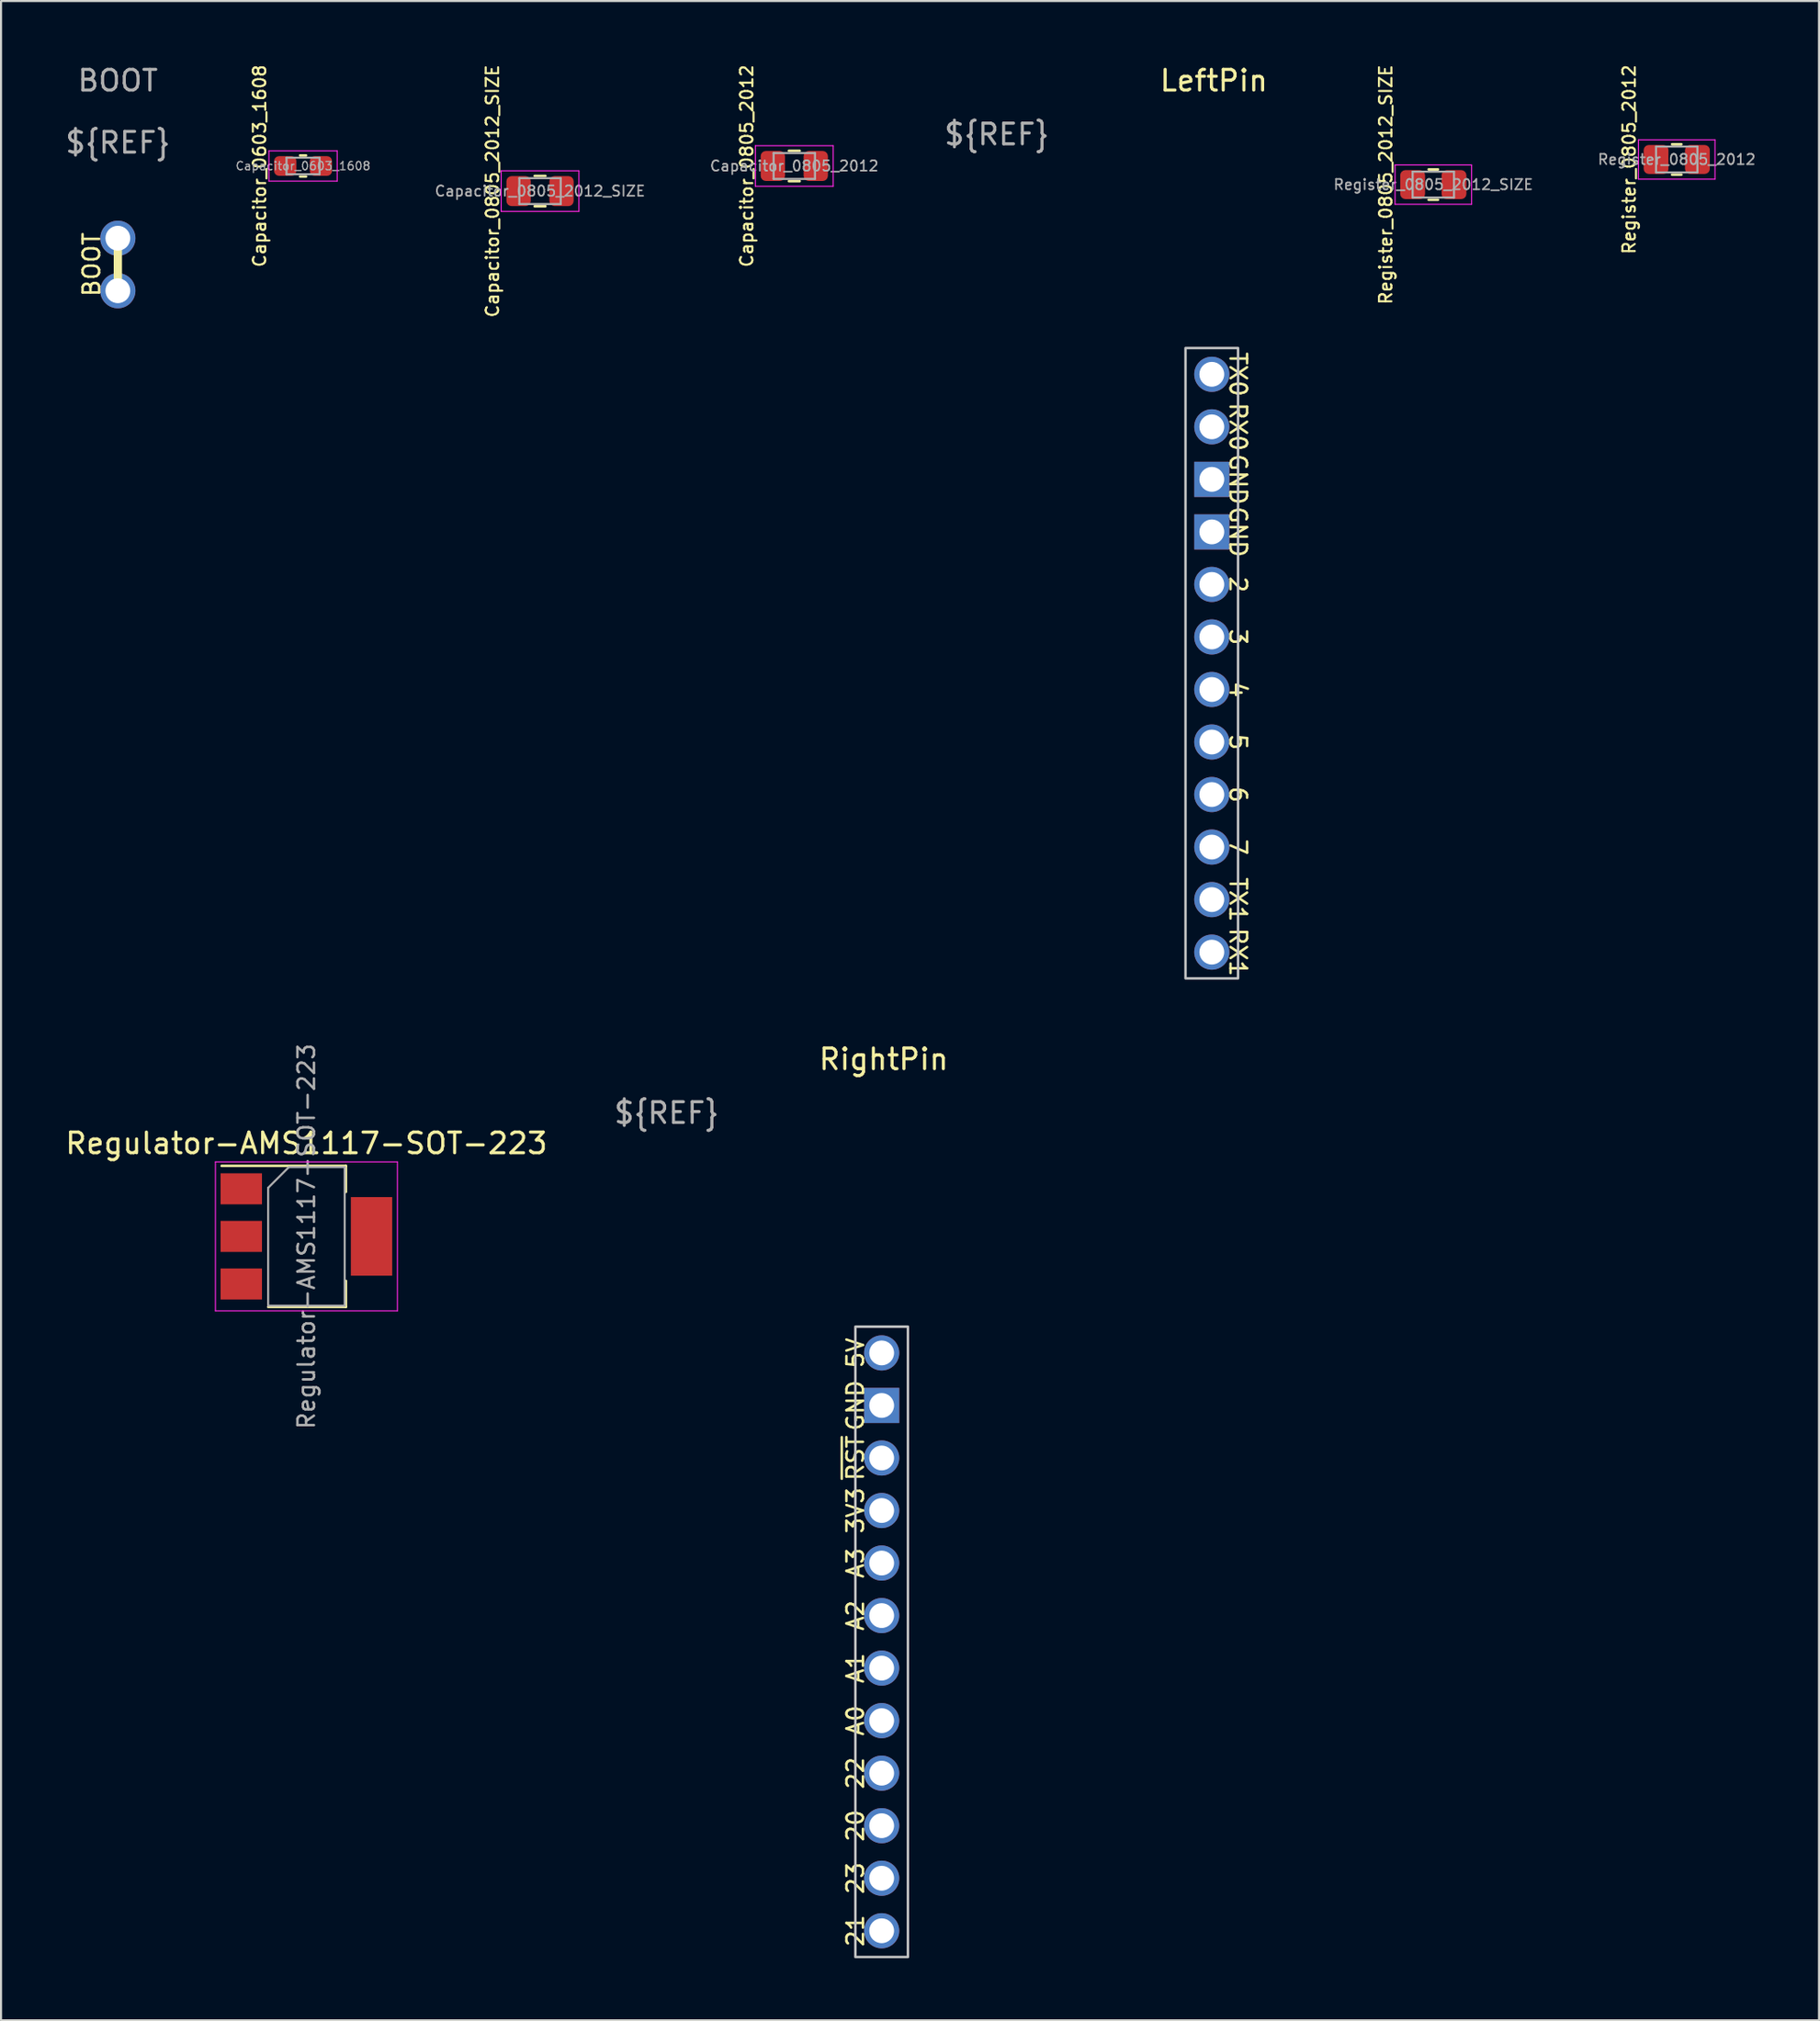
<source format=kicad_pcb>
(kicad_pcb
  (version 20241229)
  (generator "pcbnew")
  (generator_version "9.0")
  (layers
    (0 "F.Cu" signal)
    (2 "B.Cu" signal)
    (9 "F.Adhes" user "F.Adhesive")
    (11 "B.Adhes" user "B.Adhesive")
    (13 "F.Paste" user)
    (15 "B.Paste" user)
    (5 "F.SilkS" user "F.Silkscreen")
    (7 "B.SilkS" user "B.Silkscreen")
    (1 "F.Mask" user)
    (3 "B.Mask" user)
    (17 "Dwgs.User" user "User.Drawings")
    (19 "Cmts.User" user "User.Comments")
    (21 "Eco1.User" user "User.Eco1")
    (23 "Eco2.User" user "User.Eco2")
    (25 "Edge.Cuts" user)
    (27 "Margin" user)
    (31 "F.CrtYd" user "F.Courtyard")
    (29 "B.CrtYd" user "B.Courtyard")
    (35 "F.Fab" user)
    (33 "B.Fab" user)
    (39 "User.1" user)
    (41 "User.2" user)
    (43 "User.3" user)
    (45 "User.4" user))
  (footprint "BOOT"
    (layer "F.Cu")
    (at 2.649 8.468)
    (property "Reference" "BOOT" (at 0 -7.62 0) (unlocked yes) (layer "F.Fab") (effects (font (size 1 1) (thickness 0.15))))
    (attr smd)
    (fp_line (start 0 0) (end 0 2.54) (stroke (width 0.4) (type solid)) (layer "F.SilkS"))
    (fp_text user "BOOT" (at -1.27 1.27 90) (unlocked yes) (layer "F.SilkS") (effects (font (size 0.8 0.8) (thickness 0.12))))
    (fp_text user "${REF}" (at 0 -4.62 0) (unlocked yes) (layer "F.Fab") (effects (font (size 1 1) (thickness 0.15))))
    (pad "1" thru_hole circle (at 0 2.54) (size 1.7 1.7) (drill 1.2) (layers "*.Cu" "*.Mask"))
    (pad "2" thru_hole circle (at 0 0) (size 1.7 1.7) (drill 1.2) (layers "*.Cu" "*.Mask")))
  (footprint "Capacitor_0805_2012"
    (layer "F.Cu")
    (at 35.36 4.976)
    (property "Reference" "Capacitor_0805_2012" (at -2.3 0 90) (layer "F.SilkS") (effects (font (size 0.6 0.6) (thickness 0.1))))
    (attr smd)
    (fp_line (start -0.261 -0.735) (end 0.261 -0.735) (stroke (width 0.12) (type solid)) (layer "F.SilkS"))
    (fp_line (start -0.261 0.735) (end 0.261 0.735) (stroke (width 0.12) (type solid)) (layer "F.SilkS"))
    (fp_line (start -1.88 -0.98) (end 1.88 -0.98) (stroke (width 0.05) (type solid)) (layer "F.CrtYd"))
    (fp_line (start -1.88 0.98) (end -1.88 -0.98) (stroke (width 0.05) (type solid)) (layer "F.CrtYd"))
    (fp_line (start 1.88 -0.98) (end 1.88 0.98) (stroke (width 0.05) (type solid)) (layer "F.CrtYd"))
    (fp_line (start 1.88 0.98) (end -1.88 0.98) (stroke (width 0.05) (type solid)) (layer "F.CrtYd"))
    (fp_line (start -1 -0.625) (end 1 -0.625) (stroke (width 0.1) (type solid)) (layer "F.Fab"))
    (fp_line (start -1 0.625) (end -1 -0.625) (stroke (width 0.1) (type solid)) (layer "F.Fab"))
    (fp_line (start 1 -0.625) (end 1 0.625) (stroke (width 0.1) (type solid)) (layer "F.Fab"))
    (fp_line (start 1 0.625) (end -1 0.625) (stroke (width 0.1) (type solid)) (layer "F.Fab"))
    (fp_text user "${REFERENCE}" (at 0 0 0) (layer "F.Fab") (effects (font (size 0.5 0.5) (thickness 0.08))))
    (pad "1" smd roundrect (at -1.038 0) (size 1.175 1.45) (layers "F.Cu" "F.Mask" "F.Paste") (roundrect_rratio 0.213))
    (pad "2" smd roundrect (at 1.038 0) (size 1.175 1.45) (layers "F.Cu" "F.Mask" "F.Paste") (roundrect_rratio 0.213)))
  (footprint "LeftPin"
    (layer "F.Cu")
    (at 55.55 15.048)
    (property "Reference" "LeftPin" (at 0.1 -14.2 0) (unlocked yes) (layer "F.SilkS") (effects (font (size 1 1) (thickness 0.15))))
    (attr smd)
    (fp_rect (start -1.27 -1.27) (end 1.27 29.21) (stroke (width 0.12) (type solid)) (fill no) (layer "Dwgs.User"))
    (fp_text user "TX1" (at 1.27 25.4 270) (unlocked yes) (layer "F.SilkS") (effects (font (size 0.8 0.8) (thickness 0.12))))
    (fp_text user "3" (at 1.27 12.7 270) (unlocked yes) (layer "F.SilkS") (effects (font (size 0.8 0.8) (thickness 0.12))))
    (fp_text user "GND" (at 1.27 7.62 270) (unlocked yes) (layer "F.SilkS") (effects (font (size 0.8 0.8) (thickness 0.12))))
    (fp_text user "4" (at 1.27 15.24 270) (unlocked yes) (layer "F.SilkS") (effects (font (size 0.8 0.8) (thickness 0.12))))
    (fp_text user "GND" (at 1.27 5.08 270) (unlocked yes) (layer "F.SilkS") (effects (font (size 0.8 0.8) (thickness 0.12))))
    (fp_text user "RX0" (at 1.27 2.54 270) (unlocked yes) (layer "F.SilkS") (effects (font (size 0.8 0.8) (thickness 0.12))))
    (fp_text user "TX0" (at 1.27 0 270) (unlocked yes) (layer "F.SilkS") (effects (font (size 0.8 0.8) (thickness 0.12))))
    (fp_text user "6" (at 1.27 20.32 270) (unlocked yes) (layer "F.SilkS") (effects (font (size 0.8 0.8) (thickness 0.12))))
    (fp_text user "7" (at 1.27 22.86 270) (unlocked yes) (layer "F.SilkS") (effects (font (size 0.8 0.8) (thickness 0.12))))
    (fp_text user "5" (at 1.27 17.78 270) (unlocked yes) (layer "F.SilkS") (effects (font (size 0.8 0.8) (thickness 0.12))))
    (fp_text user "2" (at 1.27 10.16 270) (unlocked yes) (layer "F.SilkS") (effects (font (size 0.8 0.8) (thickness 0.12))))
    (fp_text user "RX1" (at 1.27 27.94 270) (unlocked yes) (layer "F.SilkS") (effects (font (size 0.8 0.8) (thickness 0.12))))
    (fp_text user "${REF}" (at -10.4 -11.6 0) (unlocked yes) (layer "F.Fab") (effects (font (size 1 1) (thickness 0.15))))
    (pad "1" thru_hole circle (at 0 27.94) (size 1.7 1.7) (drill 1.2) (layers "*.Cu" "*.Mask"))
    (pad "2" thru_hole circle (at 0 25.4) (size 1.7 1.7) (drill 1.2) (layers "*.Cu" "*.Mask"))
    (pad "3" thru_hole circle (at 0 22.86) (size 1.7 1.7) (drill 1.2) (layers "*.Cu" "*.Mask"))
    (pad "4" thru_hole circle (at 0 20.32) (size 1.7 1.7) (drill 1.2) (layers "*.Cu" "*.Mask"))
    (pad "5" thru_hole circle (at 0 17.78) (size 1.7 1.7) (drill 1.2) (layers "*.Cu" "*.Mask"))
    (pad "6" thru_hole circle (at 0 15.24) (size 1.7 1.7) (drill 1.2) (layers "*.Cu" "*.Mask"))
    (pad "7" thru_hole circle (at 0 12.7) (size 1.7 1.7) (drill 1.2) (layers "*.Cu" "*.Mask"))
    (pad "8" thru_hole circle (at 0 10.16) (size 1.7 1.7) (drill 1.2) (layers "*.Cu" "*.Mask"))
    (pad "9" thru_hole rect (at 0 7.62) (size 1.7 1.7) (drill 1.2) (layers "*.Cu" "*.Mask"))
    (pad "10" thru_hole rect (at 0 5.08) (size 1.7 1.7) (drill 1.2) (layers "*.Cu" "*.Mask"))
    (pad "11" thru_hole circle (at 0 2.54) (size 1.7 1.7) (drill 1.2) (layers "*.Cu" "*.Mask"))
    (pad "12" thru_hole circle (at 0 0) (size 1.7 1.7) (drill 1.2) (layers "*.Cu" "*.Mask")))
  (footprint "Register_0805_2012"
    (layer "F.Cu")
    (at 78.133 4.561)
    (property "Reference" "Register_0805_2012" (at -2.4 0.1 90) (layer "F.SilkS") (effects (font (size 0.6 0.6) (thickness 0.1))))
    (attr smd)
    (fp_line (start -0.327 -0.635) (end 0.127 -0.635) (stroke (width 0.12) (type solid)) (layer "F.SilkS"))
    (fp_line (start -0.327 0.835) (end 0.127 0.835) (stroke (width 0.12) (type solid)) (layer "F.SilkS"))
    (fp_line (start -1.95 -0.85) (end 1.75 -0.85) (stroke (width 0.05) (type solid)) (layer "F.CrtYd"))
    (fp_line (start -1.95 1.05) (end -1.95 -0.85) (stroke (width 0.05) (type solid)) (layer "F.CrtYd"))
    (fp_line (start 1.75 -0.85) (end 1.75 1.05) (stroke (width 0.05) (type solid)) (layer "F.CrtYd"))
    (fp_line (start 1.75 1.05) (end -1.95 1.05) (stroke (width 0.05) (type solid)) (layer "F.CrtYd"))
    (fp_line (start -1.1 -0.525) (end 0.9 -0.525) (stroke (width 0.1) (type solid)) (layer "F.Fab"))
    (fp_line (start -1.1 0.725) (end -1.1 -0.525) (stroke (width 0.1) (type solid)) (layer "F.Fab"))
    (fp_line (start 0.9 -0.525) (end 0.9 0.725) (stroke (width 0.1) (type solid)) (layer "F.Fab"))
    (fp_line (start 0.9 0.725) (end -1.1 0.725) (stroke (width 0.1) (type solid)) (layer "F.Fab"))
    (fp_text user "${REFERENCE}" (at -0.1 0.1 0) (layer "F.Fab") (effects (font (size 0.5 0.5) (thickness 0.08))))
    (pad "1" smd roundrect (at -1.1 0.1) (size 1.2 1.4) (layers "F.Cu" "F.Mask" "F.Paste") (roundrect_rratio 0.208))
    (pad "2" smd roundrect (at 0.9 0.1) (size 1.2 1.4) (layers "F.Cu" "F.Mask" "F.Paste") (roundrect_rratio 0.208)))
  (footprint "RightPin"
    (layer "F.Cu")
    (at 39.585 62.367)
    (property "Reference" "RightPin" (at 0.1 -14.2 0) (unlocked yes) (layer "F.SilkS") (effects (font (size 1 1) (thickness 0.15))))
    (attr smd)
    (fp_rect (start 1.27 29.21) (end -1.27 -1.27) (stroke (width 0.12) (type solid)) (fill no) (layer "Dwgs.User"))
    (fp_text user "GND" (at -1.27 2.54 90) (unlocked yes) (layer "F.SilkS") (effects (font (size 0.8 0.8) (thickness 0.12))))
    (fp_text user "A0" (at -1.27 17.78 90) (unlocked yes) (layer "F.SilkS") (effects (font (size 0.8 0.8) (thickness 0.12))))
    (fp_text user "A2" (at -1.27 12.7 90) (unlocked yes) (layer "F.SilkS") (effects (font (size 0.8 0.8) (thickness 0.12))))
    (fp_text user "3V3" (at -1.27 7.62 90) (unlocked yes) (layer "F.SilkS") (effects (font (size 0.8 0.8) (thickness 0.12))))
    (fp_text user "A1" (at -1.27 15.24 90) (unlocked yes) (layer "F.SilkS") (effects (font (size 0.8 0.8) (thickness 0.12))))
    (fp_text user "20" (at -1.27 22.86 90) (unlocked yes) (layer "F.SilkS") (effects (font (size 0.8 0.8) (thickness 0.12))))
    (fp_text user "~{RST}" (at -1.27 5.08 90) (unlocked yes) (layer "F.SilkS") (effects (font (size 0.8 0.8) (thickness 0.12))))
    (fp_text user "A3" (at -1.27 10.16 90) (unlocked yes) (layer "F.SilkS") (effects (font (size 0.8 0.8) (thickness 0.12))))
    (fp_text user "23" (at -1.27 25.4 90) (unlocked yes) (layer "F.SilkS") (effects (font (size 0.8 0.8) (thickness 0.12))))
    (fp_text user "22" (at -1.27 20.32 90) (unlocked yes) (layer "F.SilkS") (effects (font (size 0.8 0.8) (thickness 0.12))))
    (fp_text user "21" (at -1.27 27.94 90) (unlocked yes) (layer "F.SilkS") (effects (font (size 0.8 0.8) (thickness 0.12))))
    (fp_text user "5V" (at -1.27 0 90) (unlocked yes) (layer "F.SilkS") (effects (font (size 0.8 0.8) (thickness 0.12))))
    (fp_text user "${REF}" (at -10.4 -11.6 0) (unlocked yes) (layer "F.Fab") (effects (font (size 1 1) (thickness 0.15))))
    (pad "1" thru_hole circle (at 0 0 180) (size 1.7 1.7) (drill 1.2) (layers "*.Cu" "*.Mask"))
    (pad "2" thru_hole rect (at 0 2.54 180) (size 1.7 1.7) (drill 1.2) (layers "*.Cu" "*.Mask"))
    (pad "3" thru_hole circle (at 0 5.08 180) (size 1.7 1.7) (drill 1.2) (layers "*.Cu" "*.Mask"))
    (pad "4" thru_hole circle (at 0 7.62 180) (size 1.7 1.7) (drill 1.2) (layers "*.Cu" "*.Mask"))
    (pad "5" thru_hole circle (at 0 10.16 180) (size 1.7 1.7) (drill 1.2) (layers "*.Cu" "*.Mask"))
    (pad "6" thru_hole circle (at 0 12.7 180) (size 1.7 1.7) (drill 1.2) (layers "*.Cu" "*.Mask"))
    (pad "7" thru_hole circle (at 0 15.24 180) (size 1.7 1.7) (drill 1.2) (layers "*.Cu" "*.Mask"))
    (pad "8" thru_hole circle (at 0 17.78 180) (size 1.7 1.7) (drill 1.2) (layers "*.Cu" "*.Mask"))
    (pad "9" thru_hole circle (at 0 20.32 180) (size 1.7 1.7) (drill 1.2) (layers "*.Cu" "*.Mask"))
    (pad "10" thru_hole circle (at 0 22.86 180) (size 1.7 1.7) (drill 1.2) (layers "*.Cu" "*.Mask"))
    (pad "11" thru_hole circle (at 0 25.4 180) (size 1.7 1.7) (drill 1.2) (layers "*.Cu" "*.Mask"))
    (pad "12" thru_hole circle (at 0 27.94 180) (size 1.7 1.7) (drill 1.2) (layers "*.Cu" "*.Mask")))
  (footprint "Register_0805_2012_SIZE"
    (layer "F.Cu")
    (at 66.362 5.776)
    (property "Reference" "Register_0805_2012_SIZE" (at -2.4 0.1 90) (layer "F.SilkS") (effects (font (size 0.6 0.6) (thickness 0.1))))
    (attr smd)
    (fp_line (start -0.327 -0.635) (end 0.127 -0.635) (stroke (width 0.12) (type solid)) (layer "F.SilkS"))
    (fp_line (start -0.327 0.835) (end 0.127 0.835) (stroke (width 0.12) (type solid)) (layer "F.SilkS"))
    (fp_line (start -1.95 -0.85) (end 1.75 -0.85) (stroke (width 0.05) (type solid)) (layer "F.CrtYd"))
    (fp_line (start -1.95 1.05) (end -1.95 -0.85) (stroke (width 0.05) (type solid)) (layer "F.CrtYd"))
    (fp_line (start 1.75 -0.85) (end 1.75 1.05) (stroke (width 0.05) (type solid)) (layer "F.CrtYd"))
    (fp_line (start 1.75 1.05) (end -1.95 1.05) (stroke (width 0.05) (type solid)) (layer "F.CrtYd"))
    (fp_line (start -1.1 -0.525) (end 0.9 -0.525) (stroke (width 0.1) (type solid)) (layer "F.Fab"))
    (fp_line (start -1.1 0.725) (end -1.1 -0.525) (stroke (width 0.1) (type solid)) (layer "F.Fab"))
    (fp_line (start 0.9 -0.525) (end 0.9 0.725) (stroke (width 0.1) (type solid)) (layer "F.Fab"))
    (fp_line (start 0.9 0.725) (end -1.1 0.725) (stroke (width 0.1) (type solid)) (layer "F.Fab"))
    (fp_text user "${REFERENCE}" (at -0.1 0.1 0) (layer "F.Fab") (effects (font (size 0.5 0.5) (thickness 0.08))))
    (pad "1" smd roundrect (at -1.1 0.1) (size 1.2 1.4) (layers "F.Cu" "F.Mask" "F.Paste") (roundrect_rratio 0.208))
    (pad "2" smd roundrect (at 0.9 0.1) (size 1.2 1.4) (layers "F.Cu" "F.Mask" "F.Paste") (roundrect_rratio 0.208)))
  (footprint "Capacitor_0805_2012_SIZE"
    (layer "F.Cu")
    (at 23.065 6.19)
    (property "Reference" "Capacitor_0805_2012_SIZE" (at -2.3 0 90) (layer "F.SilkS") (effects (font (size 0.6 0.6) (thickness 0.1))))
    (attr smd)
    (fp_line (start -0.261 -0.735) (end 0.261 -0.735) (stroke (width 0.12) (type solid)) (layer "F.SilkS"))
    (fp_line (start -0.261 0.735) (end 0.261 0.735) (stroke (width 0.12) (type solid)) (layer "F.SilkS"))
    (fp_line (start -1.88 -0.98) (end 1.88 -0.98) (stroke (width 0.05) (type solid)) (layer "F.CrtYd"))
    (fp_line (start -1.88 0.98) (end -1.88 -0.98) (stroke (width 0.05) (type solid)) (layer "F.CrtYd"))
    (fp_line (start 1.88 -0.98) (end 1.88 0.98) (stroke (width 0.05) (type solid)) (layer "F.CrtYd"))
    (fp_line (start 1.88 0.98) (end -1.88 0.98) (stroke (width 0.05) (type solid)) (layer "F.CrtYd"))
    (fp_line (start -1 -0.625) (end 1 -0.625) (stroke (width 0.1) (type solid)) (layer "F.Fab"))
    (fp_line (start -1 0.625) (end -1 -0.625) (stroke (width 0.1) (type solid)) (layer "F.Fab"))
    (fp_line (start 1 -0.625) (end 1 0.625) (stroke (width 0.1) (type solid)) (layer "F.Fab"))
    (fp_line (start 1 0.625) (end -1 0.625) (stroke (width 0.1) (type solid)) (layer "F.Fab"))
    (fp_text user "${REFERENCE}" (at 0 0 0) (layer "F.Fab") (effects (font (size 0.5 0.5) (thickness 0.08))))
    (pad "1" smd roundrect (at -1.038 0) (size 1.175 1.45) (layers "F.Cu" "F.Mask" "F.Paste") (roundrect_rratio 0.213))
    (pad "2" smd roundrect (at 1.038 0) (size 1.175 1.45) (layers "F.Cu" "F.Mask" "F.Paste") (roundrect_rratio 0.213)))
  (footprint "Regulator-AMS1117-SOT-223"
    (layer "F.Cu")
    (at 11.768 56.733)
    (property "Reference" "Regulator-AMS1117-SOT-223" (at 0 -4.5 0) (layer "F.SilkS") (effects (font (size 1 1) (thickness 0.15))))
    (attr smd)
    (fp_line (start -4.1 -3.41) (end 1.91 -3.41) (stroke (width 0.12) (type solid)) (layer "F.SilkS"))
    (fp_line (start -1.85 3.41) (end 1.91 3.41) (stroke (width 0.12) (type solid)) (layer "F.SilkS"))
    (fp_line (start 1.91 -3.41) (end 1.91 -2.15) (stroke (width 0.12) (type solid)) (layer "F.SilkS"))
    (fp_line (start 1.91 3.41) (end 1.91 2.15) (stroke (width 0.12) (type solid)) (layer "F.SilkS"))
    (fp_line (start -4.4 -3.6) (end -4.4 3.6) (stroke (width 0.05) (type solid)) (layer "F.CrtYd"))
    (fp_line (start -4.4 3.6) (end 4.4 3.6) (stroke (width 0.05) (type solid)) (layer "F.CrtYd"))
    (fp_line (start 4.4 -3.6) (end -4.4 -3.6) (stroke (width 0.05) (type solid)) (layer "F.CrtYd"))
    (fp_line (start 4.4 3.6) (end 4.4 -3.6) (stroke (width 0.05) (type solid)) (layer "F.CrtYd"))
    (fp_line (start -1.85 -2.35) (end -1.85 3.35) (stroke (width 0.1) (type solid)) (layer "F.Fab"))
    (fp_line (start -1.85 -2.35) (end -0.85 -3.35) (stroke (width 0.1) (type solid)) (layer "F.Fab"))
    (fp_line (start -1.85 3.35) (end 1.85 3.35) (stroke (width 0.1) (type solid)) (layer "F.Fab"))
    (fp_line (start -0.85 -3.35) (end 1.85 -3.35) (stroke (width 0.1) (type solid)) (layer "F.Fab"))
    (fp_line (start 1.85 -3.35) (end 1.85 3.35) (stroke (width 0.1) (type solid)) (layer "F.Fab"))
    (fp_text user "${REFERENCE}" (at 0 0 90) (layer "F.Fab") (effects (font (size 0.8 0.8) (thickness 0.12))))
    (pad "1" smd rect (at -3.15 -2.3) (size 2 1.5) (layers "F.Cu" "F.Mask" "F.Paste"))
    (pad "2" smd rect (at -3.15 0) (size 2 1.5) (layers "F.Cu" "F.Mask" "F.Paste"))
    (pad "2" smd rect (at 3.15 0) (size 2 3.8) (layers "F.Cu" "F.Mask" "F.Paste"))
    (pad "3" smd rect (at -3.15 2.3) (size 2 1.5) (layers "F.Cu" "F.Mask" "F.Paste")))
  (footprint "Capacitor_0603_1608"
    (layer "F.Cu")
    (at 11.505 4.976)
    (property "Reference" "Capacitor_0603_1608" (at -2 0 90) (layer "F.SilkS") (effects (font (size 0.6 0.6) (thickness 0.1))))
    (attr smd)
    (fp_line (start -0.046 -0.51) (end 0.246 -0.51) (stroke (width 0.12) (type solid)) (layer "F.SilkS"))
    (fp_line (start -0.046 0.51) (end 0.246 0.51) (stroke (width 0.12) (type solid)) (layer "F.SilkS"))
    (fp_line (start -1.55 -0.73) (end 1.75 -0.73) (stroke (width 0.05) (type solid)) (layer "F.CrtYd"))
    (fp_line (start -1.55 0.73) (end -1.55 -0.73) (stroke (width 0.05) (type solid)) (layer "F.CrtYd"))
    (fp_line (start 1.75 -0.73) (end 1.75 0.73) (stroke (width 0.05) (type solid)) (layer "F.CrtYd"))
    (fp_line (start 1.75 0.73) (end -1.55 0.73) (stroke (width 0.05) (type solid)) (layer "F.CrtYd"))
    (fp_line (start -0.7 -0.4) (end 0.9 -0.4) (stroke (width 0.1) (type solid)) (layer "F.Fab"))
    (fp_line (start -0.7 0.4) (end -0.7 -0.4) (stroke (width 0.1) (type solid)) (layer "F.Fab"))
    (fp_line (start 0.9 -0.4) (end 0.9 0.4) (stroke (width 0.1) (type solid)) (layer "F.Fab"))
    (fp_line (start 0.9 0.4) (end -0.7 0.4) (stroke (width 0.1) (type solid)) (layer "F.Fab"))
    (fp_text user "${REFERENCE}" (at 0.1 0 0) (layer "F.Fab") (effects (font (size 0.4 0.4) (thickness 0.06))))
    (pad "1" smd roundrect (at -0.762 0) (size 1.075 0.95) (layers "F.Cu" "F.Mask" "F.Paste") (roundrect_rratio 0.25))
    (pad "2" smd roundrect (at 0.963 0) (size 1.075 0.95) (layers "F.Cu" "F.Mask" "F.Paste") (roundrect_rratio 0.25)))
  (gr_rect
    (start -3 -3)
    (end 84.912 94.636)
    (stroke (width 0.1) (type default))
    (fill no)
    (layer "Edge.Cuts")))
</source>
